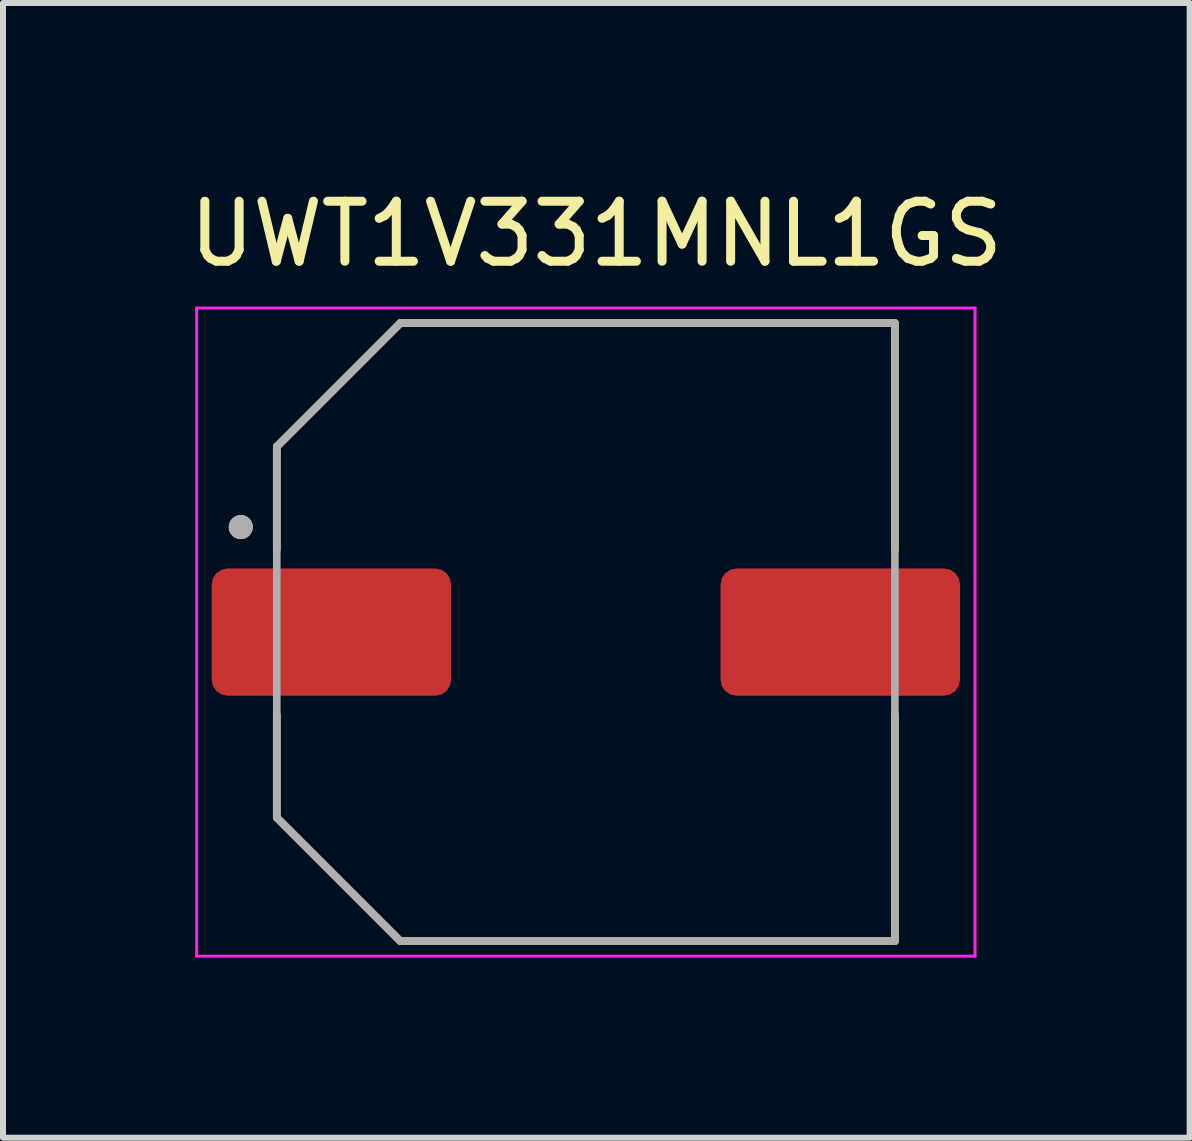
<source format=kicad_pcb>
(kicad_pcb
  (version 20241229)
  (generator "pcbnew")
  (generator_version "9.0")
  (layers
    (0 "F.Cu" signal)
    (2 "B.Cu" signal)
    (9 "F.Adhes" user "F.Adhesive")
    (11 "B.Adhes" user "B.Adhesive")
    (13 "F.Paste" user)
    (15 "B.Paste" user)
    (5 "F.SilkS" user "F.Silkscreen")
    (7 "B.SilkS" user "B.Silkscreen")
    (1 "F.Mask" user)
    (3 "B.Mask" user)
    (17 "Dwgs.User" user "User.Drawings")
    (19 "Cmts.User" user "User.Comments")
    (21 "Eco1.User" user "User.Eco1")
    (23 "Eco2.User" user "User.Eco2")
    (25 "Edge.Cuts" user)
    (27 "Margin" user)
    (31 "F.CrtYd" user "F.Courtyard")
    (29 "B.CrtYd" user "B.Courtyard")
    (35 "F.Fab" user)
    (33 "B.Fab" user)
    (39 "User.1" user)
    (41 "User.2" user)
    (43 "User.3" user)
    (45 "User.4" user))
  (footprint "UWT1V331MNL1GS"
    (layer "F.Cu")
    (at 6.712 7.483)
    (property "Reference" "UWT1V331MNL1GS" (at 0.175 -6.635 0) (layer "F.SilkS") (effects (font (size 1 1) (thickness 0.15))))
    (attr smd)
    (fp_line (start -5.15 -3.09) (end -5.15 -1.374) (stroke (width 0.127) (type solid)) (layer "F.SilkS"))
    (fp_line (start -5.15 -3.09) (end -3.09 -5.15) (stroke (width 0.127) (type solid)) (layer "F.SilkS"))
    (fp_line (start -5.15 3.09) (end -5.15 1.374) (stroke (width 0.127) (type solid)) (layer "F.SilkS"))
    (fp_line (start -3.09 -5.15) (end 5.15 -5.15) (stroke (width 0.127) (type solid)) (layer "F.SilkS"))
    (fp_line (start -3.09 5.15) (end -5.15 3.09) (stroke (width 0.127) (type solid)) (layer "F.SilkS"))
    (fp_line (start 5.15 -5.15) (end 5.15 -1.374) (stroke (width 0.127) (type solid)) (layer "F.SilkS"))
    (fp_line (start 5.15 1.374) (end 5.15 5.15) (stroke (width 0.127) (type solid)) (layer "F.SilkS"))
    (fp_line (start 5.15 5.15) (end -3.09 5.15) (stroke (width 0.127) (type solid)) (layer "F.SilkS"))
    (fp_circle (center -5.75 -1.75) (end -5.65 -1.75) (stroke (width 0.2) (type solid)) (fill no) (layer "F.SilkS"))
    (fp_line (start -6.485 -5.4) (end 6.485 -5.4) (stroke (width 0.05) (type solid)) (layer "F.CrtYd"))
    (fp_line (start -6.485 5.4) (end -6.485 -5.4) (stroke (width 0.05) (type solid)) (layer "F.CrtYd"))
    (fp_line (start 6.485 -5.4) (end 6.485 5.4) (stroke (width 0.05) (type solid)) (layer "F.CrtYd"))
    (fp_line (start 6.485 5.4) (end -6.485 5.4) (stroke (width 0.05) (type solid)) (layer "F.CrtYd"))
    (fp_line (start -5.15 -3.09) (end -3.09 -5.15) (stroke (width 0.127) (type solid)) (layer "F.Fab"))
    (fp_line (start -5.15 3.09) (end -5.15 -3.09) (stroke (width 0.127) (type solid)) (layer "F.Fab"))
    (fp_line (start -3.09 -5.15) (end 5.15 -5.15) (stroke (width 0.127) (type solid)) (layer "F.Fab"))
    (fp_line (start -3.09 5.15) (end -5.15 3.09) (stroke (width 0.127) (type solid)) (layer "F.Fab"))
    (fp_line (start 5.15 -5.15) (end 5.15 5.15) (stroke (width 0.127) (type solid)) (layer "F.Fab"))
    (fp_line (start 5.15 5.15) (end -3.09 5.15) (stroke (width 0.127) (type solid)) (layer "F.Fab"))
    (fp_circle (center -5.75 -1.75) (end -5.65 -1.75) (stroke (width 0.2) (type solid)) (fill no) (layer "F.Fab"))
    (pad "1" smd roundrect (at -4.24 0) (size 3.99 2.12) (layers "F.Cu" "F.Mask" "F.Paste") (roundrect_rratio 0.125))
    (pad "2" smd roundrect (at 4.24 0) (size 3.99 2.12) (layers "F.Cu" "F.Mask" "F.Paste") (roundrect_rratio 0.125)))
  (gr_rect
    (start -3 -3)
    (end 16.774 15.908)
    (stroke (width 0.1) (type default))
    (fill no)
    (layer "Edge.Cuts")))
</source>
